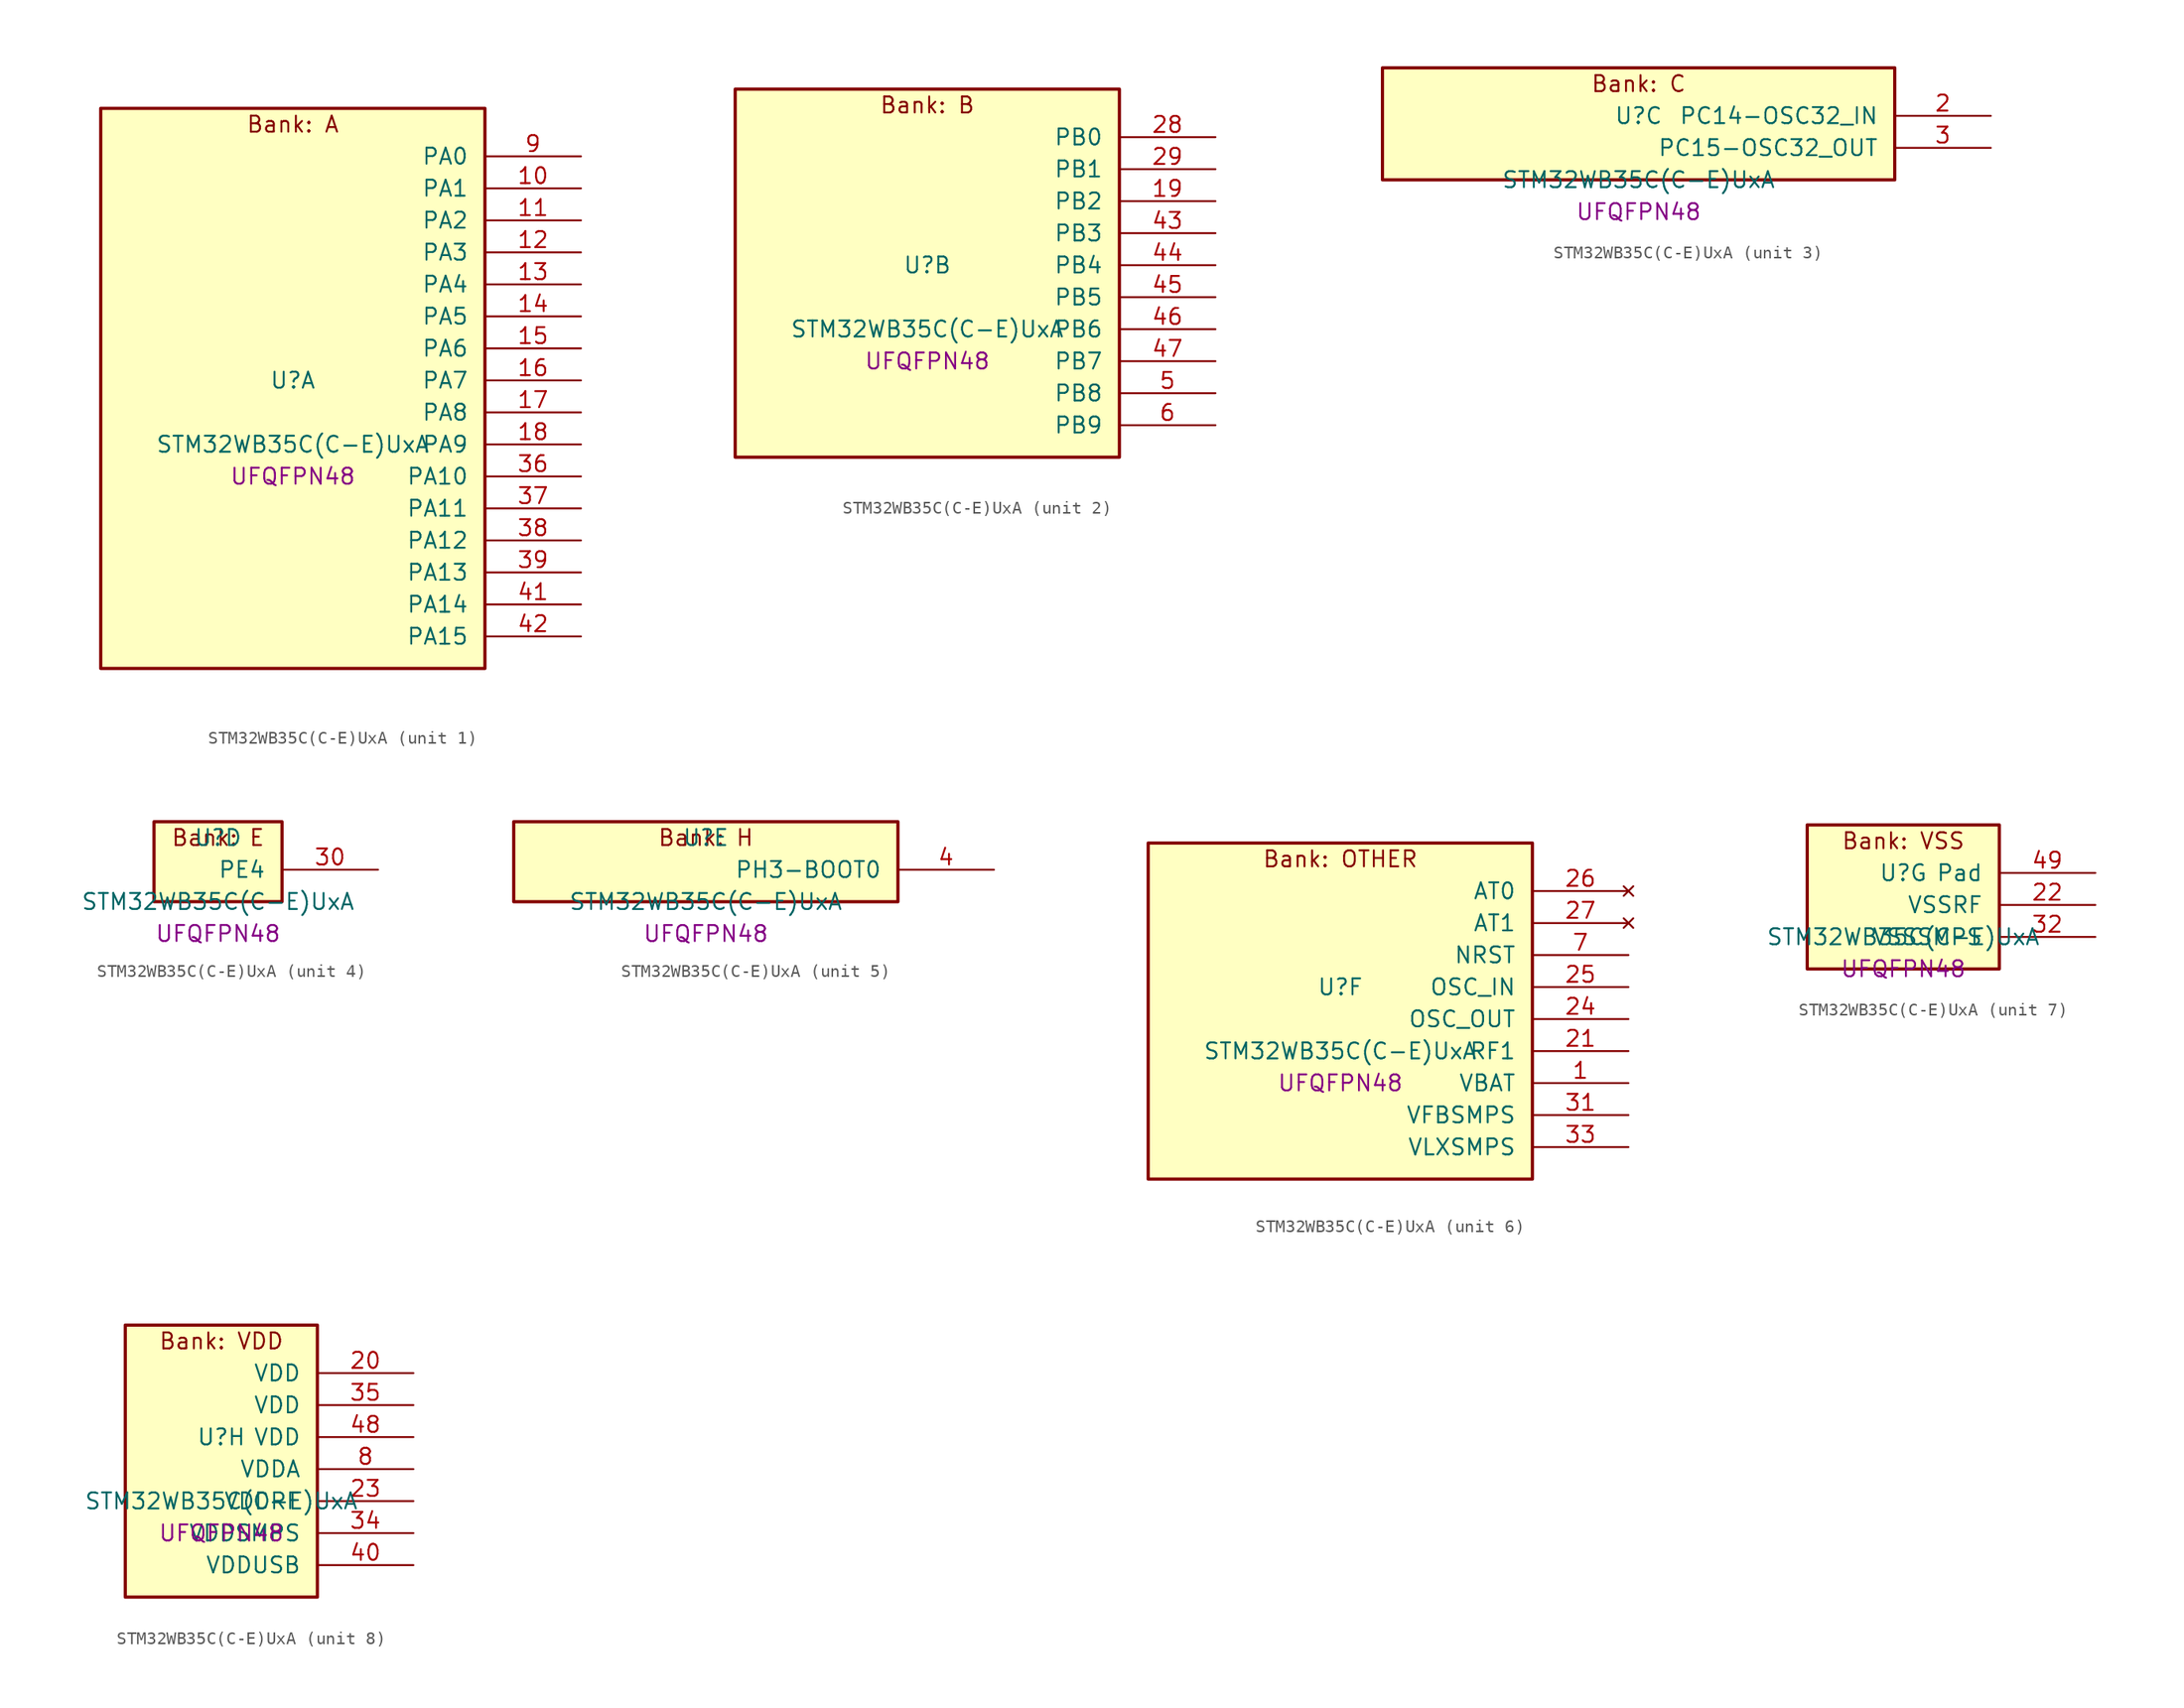
<source format=kicad_sym>
(kicad_symbol_lib
  (version 20241209)
  (generator "stm32_pkl_generator")
  (generator_version "1.0")
  (symbol "STM32WB35C(C-E)UxA"
    (pin_names
      (offset 1.27))
    (property "Reference" "U"
      (at 0 2.54 0))
    (property "Value" "STM32WB35C(C-E)UxA"
      (at 0 -2.54 0))
    (property "Footprint" "UFQFPN48"
      (at 0 -5.08 0))
    (symbol "STM32WB35C(C-E)UxA_1_1"
      (rectangle (start -15.24 24.13) (end 15.24 -20.32) (stroke (width 0.254) (type solid)) (fill (type background)))
      (text "Bank: A" (at 0 22.86 0))
      (pin bidirectional line (at 22.86 20.32 180) (length 7.62) (name "PA0") (number "9") (alternate "PA0/ADC1_IN5" bidirectional line) (alternate "PA0/COMP1_INM" bidirectional line) (alternate "PA0/COMP1_OUT" bidirectional line) (alternate "PA0/RTC_TAMP2" bidirectional line) (alternate "PA0/SAI1_EXTCLK" bidirectional line) (alternate "PA0/SYS_WKUP1" bidirectional line) (alternate "PA0/TIM2_CH1" bidirectional line) (alternate "PA0/TIM2_ETR" bidirectional line))
      (pin bidirectional line (at 22.86 17.78 180) (length 7.62) (name "PA1") (number "10") (alternate "PA1/ADC1_IN6" bidirectional line) (alternate "PA1/COMP1_INP" bidirectional line) (alternate "PA1/I2C1_SMBA" bidirectional line) (alternate "PA1/SPI1_SCK" bidirectional line) (alternate "PA1/TIM2_CH2" bidirectional line))
      (pin bidirectional line (at 22.86 15.24 180) (length 7.62) (name "PA2") (number "11") (alternate "PA2/ADC1_IN7" bidirectional line) (alternate "PA2/COMP2_INM" bidirectional line) (alternate "PA2/COMP2_OUT" bidirectional line) (alternate "PA2/LPUART1_TX" bidirectional line) (alternate "PA2/QUADSPI_BK1_NCS" bidirectional line) (alternate "PA2/RCC_LSCO" bidirectional line) (alternate "PA2/SYS_WKUP4" bidirectional line) (alternate "PA2/TIM2_CH3" bidirectional line))
      (pin bidirectional line (at 22.86 12.7 180) (length 7.62) (name "PA3") (number "12") (alternate "PA3/ADC1_IN8" bidirectional line) (alternate "PA3/COMP2_INP" bidirectional line) (alternate "PA3/LPUART1_RX" bidirectional line) (alternate "PA3/QUADSPI_CLK" bidirectional line) (alternate "PA3/SAI1_CK1" bidirectional line) (alternate "PA3/SAI1_MCLK_A" bidirectional line) (alternate "PA3/TIM2_CH4" bidirectional line))
      (pin bidirectional line (at 22.86 10.16 180) (length 7.62) (name "PA4") (number "13") (alternate "PA4/ADC1_IN9" bidirectional line) (alternate "PA4/COMP1_INM" bidirectional line) (alternate "PA4/COMP2_INM" bidirectional line) (alternate "PA4/LPTIM2_OUT" bidirectional line) (alternate "PA4/SAI1_FS_B" bidirectional line) (alternate "PA4/SPI1_NSS" bidirectional line))
      (pin bidirectional line (at 22.86 7.62 180) (length 7.62) (name "PA5") (number "14") (alternate "PA5/ADC1_IN10" bidirectional line) (alternate "PA5/COMP1_INM" bidirectional line) (alternate "PA5/COMP2_INM" bidirectional line) (alternate "PA5/LPTIM2_ETR" bidirectional line) (alternate "PA5/SAI1_SD_B" bidirectional line) (alternate "PA5/SPI1_SCK" bidirectional line) (alternate "PA5/TIM2_CH1" bidirectional line) (alternate "PA5/TIM2_ETR" bidirectional line))
      (pin bidirectional line (at 22.86 5.08 180) (length 7.62) (name "PA6") (number "15") (alternate "PA6/ADC1_IN11" bidirectional line) (alternate "PA6/LPUART1_CTS" bidirectional line) (alternate "PA6/QUADSPI_BK1_IO3" bidirectional line) (alternate "PA6/SPI1_MISO" bidirectional line) (alternate "PA6/TIM16_CH1" bidirectional line) (alternate "PA6/TIM1_BKIN" bidirectional line))
      (pin bidirectional line (at 22.86 2.54 180) (length 7.62) (name "PA7") (number "16") (alternate "PA7/ADC1_IN12" bidirectional line) (alternate "PA7/COMP2_OUT" bidirectional line) (alternate "PA7/I2C3_SCL" bidirectional line) (alternate "PA7/QUADSPI_BK1_IO2" bidirectional line) (alternate "PA7/SPI1_MOSI" bidirectional line) (alternate "PA7/TIM17_CH1" bidirectional line) (alternate "PA7/TIM1_CH1N" bidirectional line))
      (pin bidirectional line (at 22.86 0 180) (length 7.62) (name "PA8") (number "17") (alternate "PA8/ADC1_IN15" bidirectional line) (alternate "PA8/LPTIM2_OUT" bidirectional line) (alternate "PA8/RCC_MCO" bidirectional line) (alternate "PA8/SAI1_CK2" bidirectional line) (alternate "PA8/SAI1_SCK_A" bidirectional line) (alternate "PA8/TIM1_CH1" bidirectional line) (alternate "PA8/USART1_CK" bidirectional line))
      (pin bidirectional line (at 22.86 -2.54 180) (length 7.62) (name "PA9") (number "18") (alternate "PA9/ADC1_IN16" bidirectional line) (alternate "PA9/COMP1_INM" bidirectional line) (alternate "PA9/I2C1_SCL" bidirectional line) (alternate "PA9/SAI1_D2" bidirectional line) (alternate "PA9/SAI1_FS_A" bidirectional line) (alternate "PA9/TIM1_CH2" bidirectional line) (alternate "PA9/USART1_TX" bidirectional line))
      (pin bidirectional line (at 22.86 -5.08 180) (length 7.62) (name "PA10") (number "36") (alternate "PA10/CRS_SYNC" bidirectional line) (alternate "PA10/I2C1_SDA" bidirectional line) (alternate "PA10/SAI1_D1" bidirectional line) (alternate "PA10/SAI1_SD_A" bidirectional line) (alternate "PA10/TIM17_BKIN" bidirectional line) (alternate "PA10/TIM1_CH3" bidirectional line) (alternate "PA10/USART1_RX" bidirectional line))
      (pin bidirectional line (at 22.86 -7.62 180) (length 7.62) (name "PA11") (number "37") (alternate "PA11/ADC1_EXTI11" bidirectional line) (alternate "PA11/SPI1_MISO" bidirectional line) (alternate "PA11/TIM1_BKIN2" bidirectional line) (alternate "PA11/TIM1_CH4" bidirectional line) (alternate "PA11/USART1_CTS" bidirectional line) (alternate "PA11/USART1_NSS" bidirectional line) (alternate "PA11/USB_DM" bidirectional line))
      (pin bidirectional line (at 22.86 -10.16 180) (length 7.62) (name "PA12") (number "38") (alternate "PA12/LPUART1_RX" bidirectional line) (alternate "PA12/SPI1_MOSI" bidirectional line) (alternate "PA12/TIM1_ETR" bidirectional line) (alternate "PA12/USART1_DE" bidirectional line) (alternate "PA12/USART1_RTS" bidirectional line) (alternate "PA12/USB_DP" bidirectional line))
      (pin bidirectional line (at 22.86 -12.7 180) (length 7.62) (name "PA13") (number "39") (alternate "PA13/IR_OUT" bidirectional line) (alternate "PA13/SAI1_SD_B" bidirectional line) (alternate "PA13/SYS_JTMS-SWDIO" bidirectional line) (alternate "PA13/USB_NOE" bidirectional line))
      (pin bidirectional line (at 22.86 -15.24 180) (length 7.62) (name "PA14") (number "41") (alternate "PA14/I2C1_SMBA" bidirectional line) (alternate "PA14/LPTIM1_OUT" bidirectional line) (alternate "PA14/SAI1_FS_B" bidirectional line) (alternate "PA14/SYS_JTCK-SWCLK" bidirectional line))
      (pin bidirectional line (at 22.86 -17.78 180) (length 7.62) (name "PA15") (number "42") (alternate "PA15/ADC1_EXTI15" bidirectional line) (alternate "PA15/RCC_MCO" bidirectional line) (alternate "PA15/SPI1_NSS" bidirectional line) (alternate "PA15/SYS_JTDI" bidirectional line) (alternate "PA15/TIM2_CH1" bidirectional line) (alternate "PA15/TIM2_ETR" bidirectional line)))
    (symbol "STM32WB35C(C-E)UxA_2_1"
      (rectangle (start -15.24 16.51) (end 15.24 -12.7) (stroke (width 0.254) (type solid)) (fill (type background)))
      (text "Bank: B" (at 0 15.24 0))
      (pin bidirectional line (at 22.86 12.7 180) (length 7.62) (name "PB0") (number "28") (alternate "PB0/COMP1_OUT" bidirectional line) (alternate "PB0/RF_TX_MOD_EXT_PA" bidirectional line))
      (pin bidirectional line (at 22.86 10.16 180) (length 7.62) (name "PB1") (number "29") (alternate "PB1/LPTIM2_IN1" bidirectional line) (alternate "PB1/LPUART1_DE" bidirectional line) (alternate "PB1/LPUART1_RTS" bidirectional line))
      (pin bidirectional line (at 22.86 7.62 180) (length 7.62) (name "PB2") (number "19") (alternate "PB2/COMP1_INP" bidirectional line) (alternate "PB2/I2C3_SMBA" bidirectional line) (alternate "PB2/LPTIM1_OUT" bidirectional line) (alternate "PB2/RTC_OUT2" bidirectional line) (alternate "PB2/SAI1_EXTCLK" bidirectional line) (alternate "PB2/SPI1_NSS" bidirectional line))
      (pin bidirectional line (at 22.86 5.08 180) (length 7.62) (name "PB3") (number "43") (alternate "PB3/COMP2_INM" bidirectional line) (alternate "PB3/SAI1_SCK_B" bidirectional line) (alternate "PB3/SPI1_SCK" bidirectional line) (alternate "PB3/SYS_JTDO-SWO" bidirectional line) (alternate "PB3/TIM2_CH2" bidirectional line) (alternate "PB3/USART1_DE" bidirectional line) (alternate "PB3/USART1_RTS" bidirectional line))
      (pin bidirectional line (at 22.86 2.54 180) (length 7.62) (name "PB4") (number "44") (alternate "PB4/COMP2_INP" bidirectional line) (alternate "PB4/I2C3_SDA" bidirectional line) (alternate "PB4/SAI1_MCLK_B" bidirectional line) (alternate "PB4/SPI1_MISO" bidirectional line) (alternate "PB4/SYS_JTRST" bidirectional line) (alternate "PB4/TIM17_BKIN" bidirectional line) (alternate "PB4/USART1_CTS" bidirectional line) (alternate "PB4/USART1_NSS" bidirectional line))
      (pin bidirectional line (at 22.86 0 180) (length 7.62) (name "PB5") (number "45") (alternate "PB5/COMP2_OUT" bidirectional line) (alternate "PB5/I2C1_SMBA" bidirectional line) (alternate "PB5/LPTIM1_IN1" bidirectional line) (alternate "PB5/LPUART1_TX" bidirectional line) (alternate "PB5/SAI1_SD_B" bidirectional line) (alternate "PB5/SPI1_MOSI" bidirectional line) (alternate "PB5/TIM16_BKIN" bidirectional line) (alternate "PB5/USART1_CK" bidirectional line))
      (pin bidirectional line (at 22.86 -2.54 180) (length 7.62) (name "PB6") (number "46") (alternate "PB6/COMP2_INP" bidirectional line) (alternate "PB6/I2C1_SCL" bidirectional line) (alternate "PB6/LPTIM1_ETR" bidirectional line) (alternate "PB6/RCC_MCO" bidirectional line) (alternate "PB6/SAI1_FS_B" bidirectional line) (alternate "PB6/TIM16_CH1N" bidirectional line) (alternate "PB6/USART1_TX" bidirectional line))
      (pin bidirectional line (at 22.86 -5.08 180) (length 7.62) (name "PB7") (number "47") (alternate "PB7/COMP2_INM" bidirectional line) (alternate "PB7/I2C1_SDA" bidirectional line) (alternate "PB7/LPTIM1_IN2" bidirectional line) (alternate "PB7/SYS_PVD_IN" bidirectional line) (alternate "PB7/TIM17_CH1N" bidirectional line) (alternate "PB7/TIM1_BKIN" bidirectional line) (alternate "PB7/USART1_RX" bidirectional line))
      (pin bidirectional line (at 22.86 -7.62 180) (length 7.62) (name "PB8") (number "5") (alternate "PB8/I2C1_SCL" bidirectional line) (alternate "PB8/QUADSPI_BK1_IO1" bidirectional line) (alternate "PB8/SAI1_CK1" bidirectional line) (alternate "PB8/SAI1_MCLK_A" bidirectional line) (alternate "PB8/TIM16_CH1" bidirectional line) (alternate "PB8/TIM1_CH2N" bidirectional line))
      (pin bidirectional line (at 22.86 -10.16 180) (length 7.62) (name "PB9") (number "6") (alternate "PB9/I2C1_SDA" bidirectional line) (alternate "PB9/IR_OUT" bidirectional line) (alternate "PB9/QUADSPI_BK1_IO0" bidirectional line) (alternate "PB9/SAI1_D2" bidirectional line) (alternate "PB9/SAI1_FS_A" bidirectional line) (alternate "PB9/TIM17_CH1" bidirectional line) (alternate "PB9/TIM1_CH3N" bidirectional line)))
    (symbol "STM32WB35C(C-E)UxA_3_1"
      (rectangle (start -20.32 6.35) (end 20.32 -2.54) (stroke (width 0.254) (type solid)) (fill (type background)))
      (text "Bank: C" (at 0 5.08 0))
      (pin bidirectional line (at 27.94 2.54 180) (length 7.62) (name "PC14-OSC32_IN") (number "2") (alternate "PC14-OSC32_IN/RCC_OSC32_IN" bidirectional line))
      (pin bidirectional line (at 27.94 0 180) (length 7.62) (name "PC15-OSC32_OUT") (number "3") (alternate "PC15-OSC32_OUT/ADC1_EXTI15" bidirectional line) (alternate "PC15-OSC32_OUT/RCC_OSC32_OUT" bidirectional line)))
    (symbol "STM32WB35C(C-E)UxA_4_1"
      (rectangle (start -5.08 3.81) (end 5.08 -2.54) (stroke (width 0.254) (type solid)) (fill (type background)))
      (text "Bank: E" (at 0 2.54 0))
      (pin bidirectional line (at 12.7 0 180) (length 7.62) (name "PE4") (number "30")))
    (symbol "STM32WB35C(C-E)UxA_5_1"
      (rectangle (start -15.24 3.81) (end 15.24 -2.54) (stroke (width 0.254) (type solid)) (fill (type background)))
      (text "Bank: H" (at 0 2.54 0))
      (pin bidirectional line (at 22.86 0 180) (length 7.62) (name "PH3-BOOT0") (number "4") (alternate "PH3-BOOT0/RCC_LSCO" bidirectional line)))
    (symbol "STM32WB35C(C-E)UxA_6_1"
      (rectangle (start -15.24 13.97) (end 15.24 -12.7) (stroke (width 0.254) (type solid)) (fill (type background)))
      (text "Bank: OTHER" (at 0 12.7 0))
      (pin no_connect line (at 22.86 10.16 180) (length 7.62) (name "AT0") (number "26"))
      (pin no_connect line (at 22.86 7.62 180) (length 7.62) (name "AT1") (number "27"))
      (pin input line (at 22.86 5.08 180) (length 7.62) (name "NRST") (number "7"))
      (pin bidirectional line (at 22.86 2.54 180) (length 7.62) (name "OSC_IN") (number "25") (alternate "OSC_IN/RCC_OSC_IN" bidirectional line))
      (pin bidirectional line (at 22.86 0 180) (length 7.62) (name "OSC_OUT") (number "24") (alternate "OSC_OUT/RCC_OSC_OUT" bidirectional line))
      (pin bidirectional line (at 22.86 -2.54 180) (length 7.62) (name "RF1") (number "21") (alternate "RF1/RF_RF1" bidirectional line))
      (pin power_in line (at 22.86 -5.08 180) (length 7.62) (name "VBAT") (number "1"))
      (pin power_in line (at 22.86 -7.62 180) (length 7.62) (name "VFBSMPS") (number "31"))
      (pin power_in line (at 22.86 -10.16 180) (length 7.62) (name "VLXSMPS") (number "33")))
    (symbol "STM32WB35C(C-E)UxA_7_1"
      (rectangle (start -7.62 6.35) (end 7.62 -5.08) (stroke (width 0.254) (type solid)) (fill (type background)))
      (text "Bank: VSS" (at 0 5.08 0))
      (pin passive line (at 15.24 2.54 180) (length 7.62) (name "Pad") (number "49"))
      (pin power_in line (at 15.24 0 180) (length 7.62) (name "VSSRF") (number "22"))
      (pin power_in line (at 15.24 -2.54 180) (length 7.62) (name "VSSSMPS") (number "32")))
    (symbol "STM32WB35C(C-E)UxA_8_1"
      (rectangle (start -7.62 11.43) (end 7.62 -10.16) (stroke (width 0.254) (type solid)) (fill (type background)))
      (text "Bank: VDD" (at 0 10.16 0))
      (pin power_in line (at 15.24 7.62 180) (length 7.62) (name "VDD") (number "20"))
      (pin power_in line (at 15.24 5.08 180) (length 7.62) (name "VDD") (number "35"))
      (pin power_in line (at 15.24 2.54 180) (length 7.62) (name "VDD") (number "48"))
      (pin power_in line (at 15.24 0 180) (length 7.62) (name "VDDA") (number "8"))
      (pin power_in line (at 15.24 -2.54 180) (length 7.62) (name "VDDRF") (number "23"))
      (pin power_in line (at 15.24 -5.08 180) (length 7.62) (name "VDDSMPS") (number "34"))
      (pin power_in line (at 15.24 -7.62 180) (length 7.62) (name "VDDUSB") (number "40")))))
</source>
